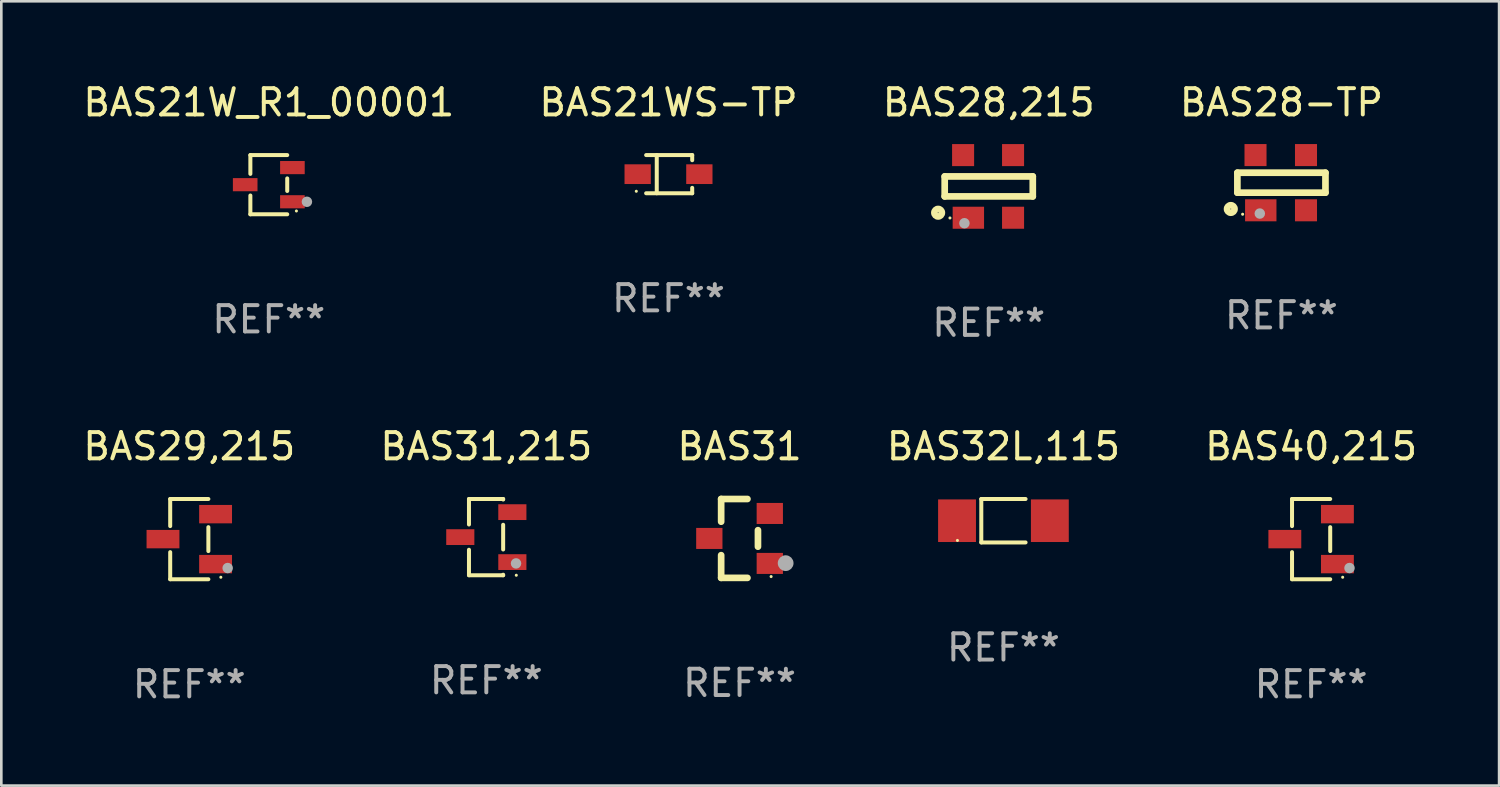
<source format=kicad_pcb>
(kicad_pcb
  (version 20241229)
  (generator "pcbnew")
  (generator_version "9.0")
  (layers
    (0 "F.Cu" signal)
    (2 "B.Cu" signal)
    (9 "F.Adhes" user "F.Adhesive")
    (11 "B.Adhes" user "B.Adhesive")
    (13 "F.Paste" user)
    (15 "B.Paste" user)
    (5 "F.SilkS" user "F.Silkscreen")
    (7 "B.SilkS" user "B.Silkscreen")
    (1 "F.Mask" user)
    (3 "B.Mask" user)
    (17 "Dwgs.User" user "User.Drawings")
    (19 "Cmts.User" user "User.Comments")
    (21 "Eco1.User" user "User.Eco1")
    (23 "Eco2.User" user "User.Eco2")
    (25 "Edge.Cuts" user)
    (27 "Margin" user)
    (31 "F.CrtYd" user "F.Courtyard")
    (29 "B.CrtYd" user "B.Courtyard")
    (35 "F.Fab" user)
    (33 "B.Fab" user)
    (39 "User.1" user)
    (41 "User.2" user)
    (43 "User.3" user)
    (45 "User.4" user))
  (footprint "BAS28,215"
    (layer "F.Cu")
    (at 34.554 4.04)
    (property "Reference" "BAS28,215" (at 0 -3.191 0) (layer "F.SilkS") (effects (font (size 1 1) (thickness 0.15))))
    (attr through_hole)
    (fp_line (start -1.675 -0.38) (end -1.675 0.38) (stroke (width 0.254) (type solid)) (layer "F.SilkS"))
    (fp_line (start -1.675 -0.38) (end 1.675 -0.38) (stroke (width 0.254) (type solid)) (layer "F.SilkS"))
    (fp_line (start -1.675 0.38) (end 1.675 0.38) (stroke (width 0.254) (type solid)) (layer "F.SilkS"))
    (fp_line (start 1.675 -0.38) (end 1.675 0.38) (stroke (width 0.254) (type solid)) (layer "F.SilkS"))
    (fp_circle (center -1.925 1) (end -1.783 1) (stroke (width 0.254) (type solid)) (fill no) (layer "F.SilkS"))
    (fp_circle (center -1.475 1.2) (end -1.445 1.2) (stroke (width 0.06) (type solid)) (fill no) (layer "F.SilkS"))
    (fp_circle (center -0.925 1.4) (end -0.825 1.4) (stroke (width 0.2) (type solid)) (fill no) (layer "F.Fab"))
    (fp_text user "REF**" (at 0 5.191 0) (layer "F.Fab") (effects (font (size 1 1) (thickness 0.15))))
    (pad "1" smd rect (at -0.775 1.191) (size 1.194 0.838) (layers "F.Cu" "F.Mask" "F.Paste"))
    (pad "2" smd rect (at 0.925 1.191) (size 0.838 0.838) (layers "F.Cu" "F.Mask" "F.Paste"))
    (pad "3" smd rect (at 0.925 -1.191) (size 0.838 0.838) (layers "F.Cu" "F.Mask" "F.Paste"))
    (pad "4" smd rect (at -0.975 -1.191) (size 0.838 0.838) (layers "F.Cu" "F.Mask" "F.Paste")))
  (footprint "BAS32L,115"
    (layer "F.Cu")
    (at 35.113 16.754)
    (property "Reference" "BAS32L,115" (at 0 -2.826 0) (layer "F.SilkS") (effects (font (size 1 1) (thickness 0.15))))
    (attr through_hole)
    (fp_line (start -0.842 -0.826) (end -0.842 0.826) (stroke (width 0.152) (type solid)) (layer "F.SilkS"))
    (fp_line (start -0.842 -0.826) (end 0.842 -0.826) (stroke (width 0.152) (type solid)) (layer "F.SilkS"))
    (fp_line (start -0.842 0.826) (end 0.842 0.826) (stroke (width 0.152) (type solid)) (layer "F.SilkS"))
    (fp_circle (center -1.75 0.75) (end -1.72 0.75) (stroke (width 0.06) (type solid)) (fill no) (layer "F.SilkS"))
    (fp_text user "REF**" (at 0 4.826 0) (layer "F.Fab") (effects (font (size 1 1) (thickness 0.15))))
    (pad "1" smd rect (at -1.765 0) (size 1.44 1.62) (layers "F.Cu" "F.Mask" "F.Paste"))
    (pad "2" smd rect (at 1.765 0) (size 1.44 1.62) (layers "F.Cu" "F.Mask" "F.Paste")))
  (footprint "BAS21W_R1_00001"
    (layer "F.Cu")
    (at 7.173 3.974)
    (property "Reference" "BAS21W_R1_00001" (at 0 -3.126 0) (layer "F.SilkS") (effects (font (size 1 1) (thickness 0.15))))
    (attr through_hole)
    (fp_line (start -0.701 -1.126) (end -0.701 -0.411) (stroke (width 0.152) (type solid)) (layer "F.SilkS"))
    (fp_line (start -0.701 1.126) (end -0.701 0.411) (stroke (width 0.152) (type solid)) (layer "F.SilkS"))
    (fp_line (start 0.701 -1.126) (end -0.701 -1.126) (stroke (width 0.152) (type solid)) (layer "F.SilkS"))
    (fp_line (start 0.701 -0.239) (end 0.701 0.239) (stroke (width 0.152) (type solid)) (layer "F.SilkS"))
    (fp_line (start 0.701 1.126) (end -0.701 1.126) (stroke (width 0.152) (type solid)) (layer "F.SilkS"))
    (fp_circle (center 1.05 1) (end 1.08 1) (stroke (width 0.06) (type solid)) (fill no) (layer "F.SilkS"))
    (fp_circle (center 1.45 0.65) (end 1.55 0.65) (stroke (width 0.2) (type solid)) (fill no) (layer "F.Fab"))
    (fp_text user "REF**" (at 0 5.126 0) (layer "F.Fab") (effects (font (size 1 1) (thickness 0.15))))
    (pad "1" smd rect (at 0.898 0.65) (size 0.936 0.5) (layers "F.Cu" "F.Mask" "F.Paste"))
    (pad "2" smd rect (at 0.898 -0.65) (size 0.936 0.5) (layers "F.Cu" "F.Mask" "F.Paste"))
    (pad "3" smd rect (at -0.898 0) (size 0.936 0.5) (layers "F.Cu" "F.Mask" "F.Paste")))
  (footprint "BAS31"
    (layer "F.Cu")
    (at 25.077 17.428)
    (property "Reference" "BAS31" (at 0 -3.5 0) (layer "F.SilkS") (effects (font (size 1 1) (thickness 0.15))))
    (attr through_hole)
    (fp_line (start -0.7 -1.5) (end 0.3 -1.5) (stroke (width 0.254) (type solid)) (layer "F.SilkS"))
    (fp_line (start -0.7 -0.636) (end -0.7 -1.5) (stroke (width 0.254) (type solid)) (layer "F.SilkS"))
    (fp_line (start -0.7 1.5) (end -0.7 0.636) (stroke (width 0.254) (type solid)) (layer "F.SilkS"))
    (fp_line (start -0.7 1.5) (end 0.3 1.5) (stroke (width 0.254) (type solid)) (layer "F.SilkS"))
    (fp_line (start 0.7 0.314) (end 0.7 -0.314) (stroke (width 0.254) (type solid)) (layer "F.SilkS"))
    (fp_circle (center 1.2 1.45) (end 1.23 1.45) (stroke (width 0.06) (type solid)) (fill no) (layer "F.SilkS"))
    (fp_circle (center 1.753 0.94) (end 1.903 0.94) (stroke (width 0.3) (type solid)) (fill no) (layer "F.Fab"))
    (fp_text user "REF**" (at 0 5.5 0) (layer "F.Fab") (effects (font (size 1 1) (thickness 0.15))))
    (pad "1" smd rect (at 1.15 0.95 180) (size 1 0.8) (layers "F.Cu" "F.Mask" "F.Paste"))
    (pad "2" smd rect (at 1.15 -0.95 180) (size 1 0.8) (layers "F.Cu" "F.Mask" "F.Paste"))
    (pad "3" smd rect (at -1.15 -0.000051 180) (size 1 0.8) (layers "F.Cu" "F.Mask" "F.Paste")))
  (footprint "BAS29,215"
    (layer "F.Cu")
    (at 4.149 17.454)
    (property "Reference" "BAS29,215" (at 0 -3.526 0) (layer "F.SilkS") (effects (font (size 1 1) (thickness 0.15))))
    (attr through_hole)
    (fp_line (start -0.726 -1.526) (end -0.726 -0.495) (stroke (width 0.152) (type solid)) (layer "F.SilkS"))
    (fp_line (start -0.726 1.526) (end -0.726 0.495) (stroke (width 0.152) (type solid)) (layer "F.SilkS"))
    (fp_line (start 0.726 -1.526) (end -0.726 -1.526) (stroke (width 0.152) (type solid)) (layer "F.SilkS"))
    (fp_line (start 0.726 -0.455) (end 0.726 0.455) (stroke (width 0.152) (type solid)) (layer "F.SilkS"))
    (fp_line (start 0.726 1.526) (end -0.726 1.526) (stroke (width 0.152) (type solid)) (layer "F.SilkS"))
    (fp_circle (center 1.2 1.45) (end 1.23 1.45) (stroke (width 0.06) (type solid)) (fill no) (layer "F.SilkS"))
    (fp_circle (center 1.46 1.1) (end 1.56 1.1) (stroke (width 0.2) (type solid)) (fill no) (layer "F.Fab"))
    (fp_text user "REF**" (at 0 5.526 0) (layer "F.Fab") (effects (font (size 1 1) (thickness 0.15))))
    (pad "1" smd rect (at 1 0.95) (size 1.25 0.7) (layers "F.Cu" "F.Mask" "F.Paste"))
    (pad "2" smd rect (at 1 -0.95) (size 1.25 0.7) (layers "F.Cu" "F.Mask" "F.Paste"))
    (pad "3" smd rect (at -1 0) (size 1.25 0.7) (layers "F.Cu" "F.Mask" "F.Paste")))
  (footprint "BAS31,215"
    (layer "F.Cu")
    (at 15.446 17.378)
    (property "Reference" "BAS31,215" (at 0 -3.45 0) (layer "F.SilkS") (effects (font (size 1 1) (thickness 0.15))))
    (attr through_hole)
    (fp_line (start -0.66 -1.45) (end -0.66 -0.48) (stroke (width 0.152) (type solid)) (layer "F.SilkS"))
    (fp_line (start -0.66 0.48) (end -0.66 1.45) (stroke (width 0.152) (type solid)) (layer "F.SilkS"))
    (fp_line (start -0.66 1.45) (end 0.64 1.45) (stroke (width 0.152) (type solid)) (layer "F.SilkS"))
    (fp_line (start 0.64 -1.45) (end -0.66 -1.45) (stroke (width 0.152) (type solid)) (layer "F.SilkS"))
    (fp_line (start 0.64 -1.45) (end 0.64 -1.43) (stroke (width 0.152) (type solid)) (layer "F.SilkS"))
    (fp_line (start 0.64 -0.47) (end 0.64 0.47) (stroke (width 0.152) (type solid)) (layer "F.SilkS"))
    (fp_line (start 0.64 1.43) (end 0.64 1.45) (stroke (width 0.152) (type solid)) (layer "F.SilkS"))
    (fp_circle (center 1.14 1.45) (end 1.17 1.45) (stroke (width 0.06) (type solid)) (fill no) (layer "F.SilkS"))
    (fp_circle (center 1.13 1) (end 1.23 1) (stroke (width 0.2) (type solid)) (fill no) (layer "F.Fab"))
    (fp_text user "REF**" (at 0 5.45 0) (layer "F.Fab") (effects (font (size 1 1) (thickness 0.15))))
    (pad "1" smd rect (at 0.99 0.95) (size 1.07 0.6) (layers "F.Cu" "F.Mask" "F.Paste"))
    (pad "2" smd rect (at 0.99 -0.95) (size 1.07 0.6) (layers "F.Cu" "F.Mask" "F.Paste"))
    (pad "3" smd rect (at -0.99 -0.000013) (size 1.07 0.6) (layers "F.Cu" "F.Mask" "F.Paste")))
  (footprint "BAS21WS-TP"
    (layer "F.Cu")
    (at 22.375 3.574)
    (property "Reference" "BAS21WS-TP" (at 0 -2.726 0) (layer "F.SilkS") (effects (font (size 1 1) (thickness 0.15))))
    (attr through_hole)
    (fp_line (start -0.851 -0.726) (end 0.901 -0.726) (stroke (width 0.152) (type solid)) (layer "F.SilkS"))
    (fp_line (start -0.851 0.726) (end 0.901 0.726) (stroke (width 0.152) (type solid)) (layer "F.SilkS"))
    (fp_line (start -0.447 -0.726) (end -0.447 0.726) (stroke (width 0.152) (type solid)) (layer "F.SilkS"))
    (fp_line (start 0.901 -0.726) (end 0.901 -0.53) (stroke (width 0.152) (type solid)) (layer "F.SilkS"))
    (fp_line (start 0.901 0.726) (end 0.901 0.52) (stroke (width 0.152) (type solid)) (layer "F.SilkS"))
    (fp_circle (center -1.225 0.65) (end -1.195 0.65) (stroke (width 0.06) (type solid)) (fill no) (layer "F.SilkS"))
    (fp_text user "REF**" (at 0 4.726 0) (layer "F.Fab") (effects (font (size 1 1) (thickness 0.15))))
    (pad "1" smd rect (at -1.173 0) (size 1 0.75) (layers "F.Cu" "F.Mask" "F.Paste"))
    (pad "2" smd rect (at 1.173 0) (size 1 0.75) (layers "F.Cu" "F.Mask" "F.Paste")))
  (footprint "BAS40,215"
    (layer "F.Cu")
    (at 46.815 17.454)
    (property "Reference" "BAS40,215" (at 0 -3.526 0) (layer "F.SilkS") (effects (font (size 1 1) (thickness 0.15))))
    (attr through_hole)
    (fp_line (start -0.726 -1.526) (end -0.726 -0.495) (stroke (width 0.152) (type solid)) (layer "F.SilkS"))
    (fp_line (start -0.726 1.526) (end -0.726 0.495) (stroke (width 0.152) (type solid)) (layer "F.SilkS"))
    (fp_line (start 0.726 -1.526) (end -0.726 -1.526) (stroke (width 0.152) (type solid)) (layer "F.SilkS"))
    (fp_line (start 0.726 -0.455) (end 0.726 0.455) (stroke (width 0.152) (type solid)) (layer "F.SilkS"))
    (fp_line (start 0.726 1.526) (end -0.726 1.526) (stroke (width 0.152) (type solid)) (layer "F.SilkS"))
    (fp_circle (center 1.2 1.45) (end 1.23 1.45) (stroke (width 0.06) (type solid)) (fill no) (layer "F.SilkS"))
    (fp_circle (center 1.46 1.1) (end 1.56 1.1) (stroke (width 0.2) (type solid)) (fill no) (layer "F.Fab"))
    (fp_text user "REF**" (at 0 5.526 0) (layer "F.Fab") (effects (font (size 1 1) (thickness 0.15))))
    (pad "1" smd rect (at 1 0.95) (size 1.25 0.7) (layers "F.Cu" "F.Mask" "F.Paste"))
    (pad "2" smd rect (at 1 -0.95) (size 1.25 0.7) (layers "F.Cu" "F.Mask" "F.Paste"))
    (pad "3" smd rect (at -1 0) (size 1.25 0.7) (layers "F.Cu" "F.Mask" "F.Paste")))
  (footprint "BAS28-TP"
    (layer "F.Cu")
    (at 45.685 3.898)
    (property "Reference" "BAS28-TP" (at 0 -3.05 0) (layer "F.SilkS") (effects (font (size 1 1) (thickness 0.15))))
    (attr through_hole)
    (fp_line (start -1.675 -0.38) (end -1.675 0.38) (stroke (width 0.254) (type solid)) (layer "F.SilkS"))
    (fp_line (start -1.675 -0.38) (end 1.675 -0.38) (stroke (width 0.254) (type solid)) (layer "F.SilkS"))
    (fp_line (start -1.675 0.38) (end 1.675 0.38) (stroke (width 0.254) (type solid)) (layer "F.SilkS"))
    (fp_line (start 1.675 -0.38) (end 1.675 0.38) (stroke (width 0.254) (type solid)) (layer "F.SilkS"))
    (fp_circle (center -1.925 1) (end -1.783 1) (stroke (width 0.254) (type solid)) (fill no) (layer "F.SilkS"))
    (fp_circle (center -1.475 1.2) (end -1.445 1.2) (stroke (width 0.06) (type solid)) (fill no) (layer "F.SilkS"))
    (fp_circle (center -0.822 1.174) (end -0.722 1.174) (stroke (width 0.2) (type solid)) (fill no) (layer "F.Fab"))
    (fp_text user "REF**" (at 0 5.05 0) (layer "F.Fab") (effects (font (size 1 1) (thickness 0.15))))
    (pad "1" smd rect (at -0.785 1.05) (size 1.194 0.838) (layers "F.Cu" "F.Mask" "F.Paste"))
    (pad "2" smd rect (at 0.935 1.05) (size 0.838 0.838) (layers "F.Cu" "F.Mask" "F.Paste"))
    (pad "3" smd rect (at 0.935 -1.05) (size 0.838 0.838) (layers "F.Cu" "F.Mask" "F.Paste"))
    (pad "4" smd rect (at -0.985 -1.05) (size 0.838 0.838) (layers "F.Cu" "F.Mask" "F.Paste")))
  (gr_rect
    (start -3 -3)
    (end 53.964 26.828)
    (stroke (width 0.1) (type default))
    (fill no)
    (layer "Edge.Cuts")))
</source>
